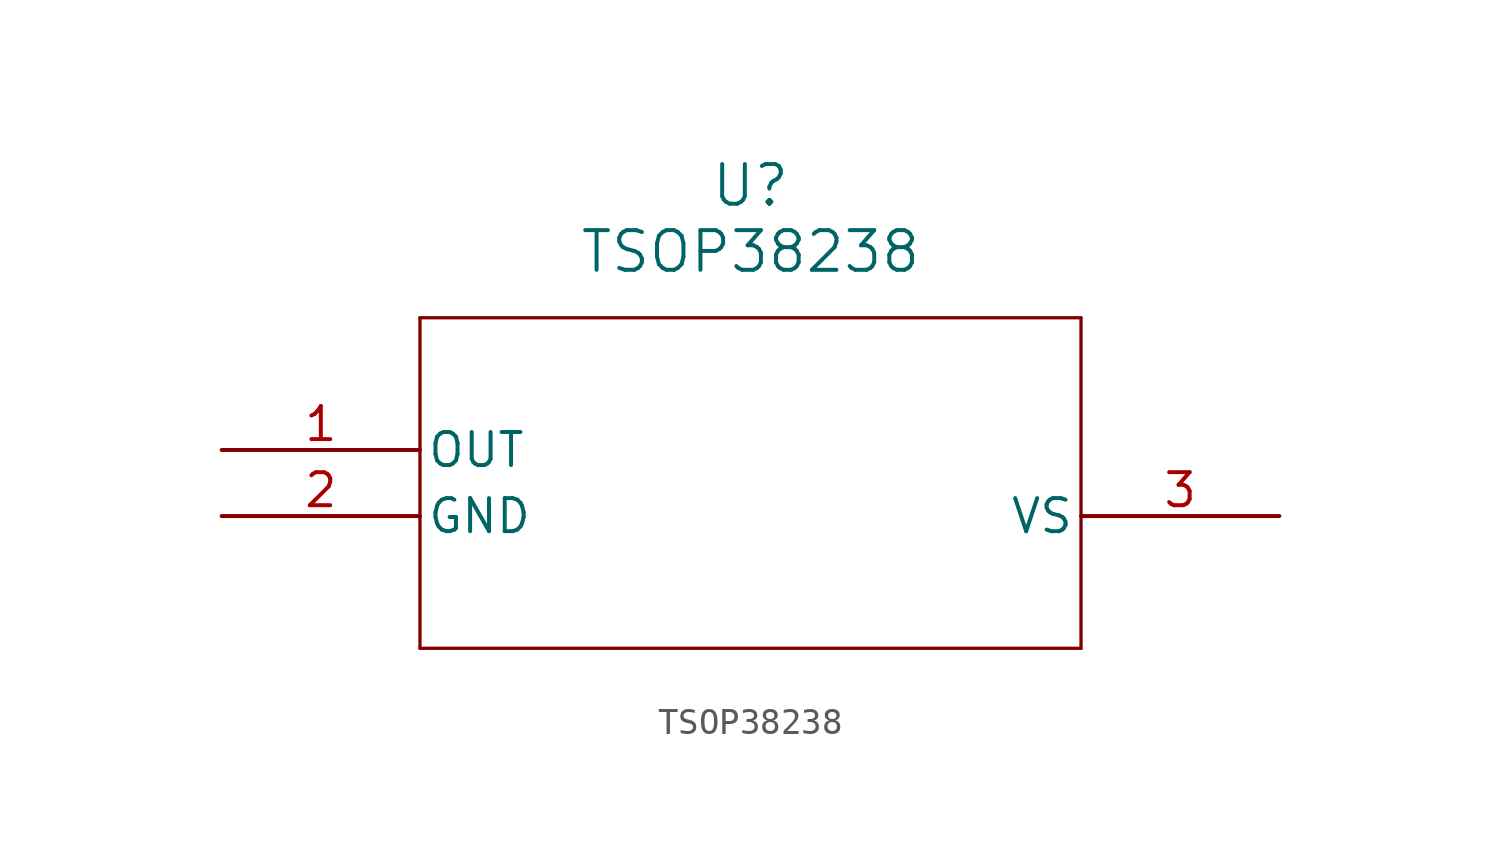
<source format=kicad_sym>
(kicad_symbol_lib
  (version 20241209)
  (generator "kicad_symbol_editor")
  (generator_version "9.0")
  (symbol "TSOP38238"
    (pin_names
      (offset 0.254))
    (property "Reference" "U"
      (at 20.32 10.16 0)
      (effects (font (size 1.524 1.524))))
    (property "Value" "TSOP38238"
      (at 20.32 7.62 0)
      (effects (font (size 1.524 1.524))))
    (property "ki_locked" ""
      (at 0 0 0)
      (effects (font (size 1.27 1.27))))
    (symbol "TSOP38238_0_1"
      (polyline (pts (xy 7.62 5.08) (xy 7.62 -7.62)) (stroke (width 0.127) (type default)) (fill (type none)))
      (polyline (pts (xy 7.62 -7.62) (xy 33.02 -7.62)) (stroke (width 0.127) (type default)) (fill (type none)))
      (polyline (pts (xy 33.02 5.08) (xy 7.62 5.08)) (stroke (width 0.127) (type default)) (fill (type none)))
      (polyline (pts (xy 33.02 -7.62) (xy 33.02 5.08)) (stroke (width 0.127) (type default)) (fill (type none)))
      (pin output line (at 0 0 0) (length 7.62) (name "OUT" (effects (font (size 1.27 1.27)))) (number "1" (effects (font (size 1.27 1.27)))))
      (pin power_in line (at 40.64 -2.54 180) (length 7.62) (name "VS" (effects (font (size 1.27 1.27)))) (number "3" (effects (font (size 1.27 1.27))))))
    (symbol "TSOP38238_1_1"
      (pin passive line (at 0 -2.54 0) (length 7.62) (name "GND" (effects (font (size 1.27 1.27)))) (number "2" (effects (font (size 1.27 1.27))))))))
</source>
